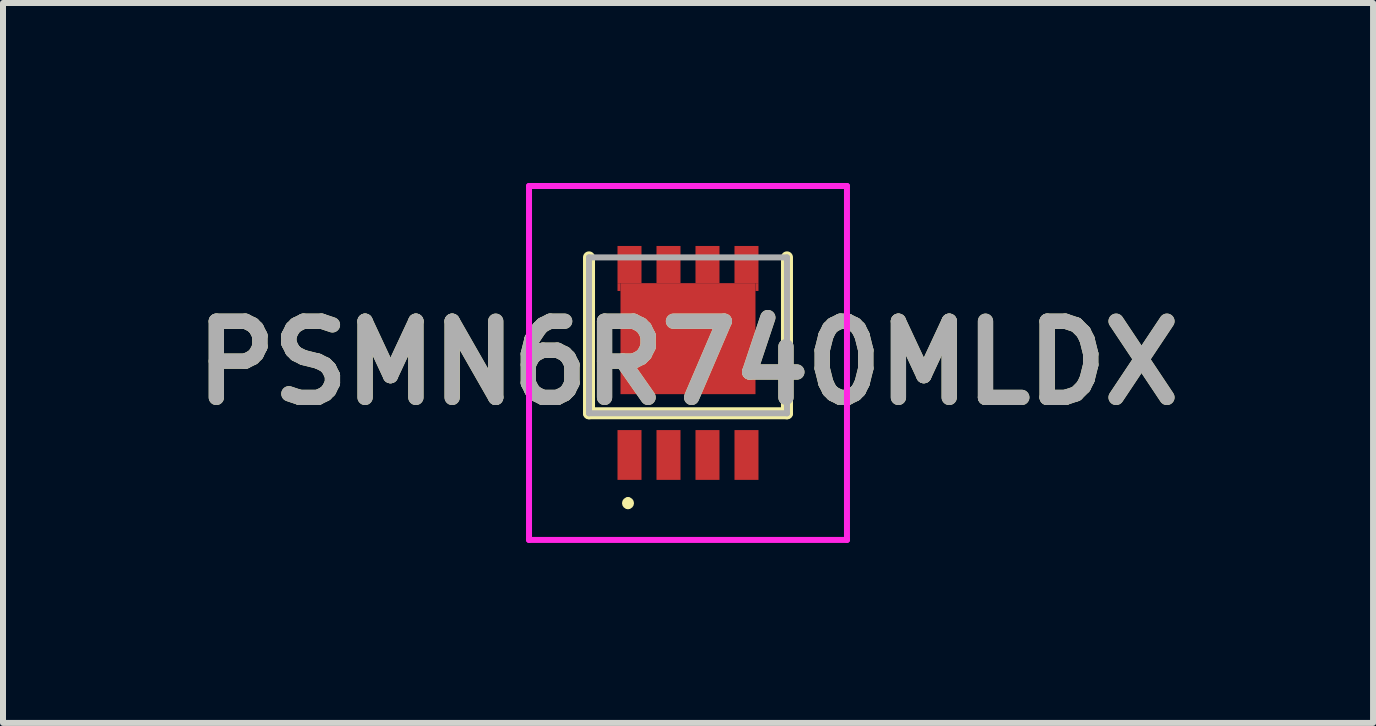
<source format=kicad_pcb>
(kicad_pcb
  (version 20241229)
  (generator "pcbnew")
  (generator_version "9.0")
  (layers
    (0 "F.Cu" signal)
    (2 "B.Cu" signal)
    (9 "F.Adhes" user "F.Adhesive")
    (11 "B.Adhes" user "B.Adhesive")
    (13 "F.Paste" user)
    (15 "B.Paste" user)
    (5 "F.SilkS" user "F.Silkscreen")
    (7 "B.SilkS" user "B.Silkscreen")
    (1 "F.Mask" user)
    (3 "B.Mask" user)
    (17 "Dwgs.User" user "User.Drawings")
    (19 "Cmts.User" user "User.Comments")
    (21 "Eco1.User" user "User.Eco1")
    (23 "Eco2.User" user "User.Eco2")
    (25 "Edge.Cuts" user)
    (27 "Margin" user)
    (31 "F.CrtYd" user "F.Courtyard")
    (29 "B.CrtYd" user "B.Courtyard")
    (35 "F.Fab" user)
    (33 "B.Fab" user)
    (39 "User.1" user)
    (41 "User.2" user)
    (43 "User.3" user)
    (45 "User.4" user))
  (footprint "PSMN6R740MLDX"
    (layer "F.Cu")
    (at 8.418 2.887)
    (property "Reference" "PSMN6R740MLDX" (at 0 0.113 0) (layer "F.SilkS") (effects (font (size 1.27 1.27) (thickness 0.254))))
    (attr smd)
    (fp_line (start -1.65 -1.647) (end -1.65 0.952) (stroke (width 0.2) (type solid)) (layer "F.SilkS"))
    (fp_line (start -1.65 0.952) (end 1.65 0.952) (stroke (width 0.2) (type solid)) (layer "F.SilkS"))
    (fp_line (start -1 2.4) (end -1 2.4) (stroke (width 0.1) (type solid)) (layer "F.SilkS"))
    (fp_line (start -1 2.5) (end -1 2.5) (stroke (width 0.1) (type solid)) (layer "F.SilkS"))
    (fp_line (start 1.65 0.952) (end 1.65 -1.647) (stroke (width 0.2) (type solid)) (layer "F.SilkS"))
    (fp_arc (start -1 2.4) (mid -0.95 2.45) (end -1 2.5) (stroke (width 0.1) (type solid)) (layer "F.SilkS"))
    (fp_arc (start -1 2.5) (mid -1.05 2.45) (end -1 2.4) (stroke (width 0.1) (type solid)) (layer "F.SilkS"))
    (fp_line (start -2.65 -2.837) (end 2.65 -2.837) (stroke (width 0.1) (type solid)) (layer "F.CrtYd"))
    (fp_line (start -2.65 3.063) (end -2.65 -2.837) (stroke (width 0.1) (type solid)) (layer "F.CrtYd"))
    (fp_line (start 2.65 -2.837) (end 2.65 3.063) (stroke (width 0.1) (type solid)) (layer "F.CrtYd"))
    (fp_line (start 2.65 3.063) (end -2.65 3.063) (stroke (width 0.1) (type solid)) (layer "F.CrtYd"))
    (fp_line (start -1.65 -1.647) (end 1.65 -1.647) (stroke (width 0.1) (type solid)) (layer "F.Fab"))
    (fp_line (start -1.65 0.952) (end -1.65 -1.647) (stroke (width 0.1) (type solid)) (layer "F.Fab"))
    (fp_line (start 1.65 -1.647) (end 1.65 0.952) (stroke (width 0.1) (type solid)) (layer "F.Fab"))
    (fp_line (start 1.65 0.952) (end -1.65 0.952) (stroke (width 0.1) (type solid)) (layer "F.Fab"))
    (fp_text user "${REFERENCE}" (at 0 0.113 0) (layer "F.Fab") (effects (font (size 1.27 1.27) (thickness 0.254))))
    (pad "1" smd rect (at -0.975 1.647) (size 0.4 0.83) (layers "F.Cu" "F.Mask" "F.Paste"))
    (pad "2" smd rect (at -0.325 1.647) (size 0.4 0.83) (layers "F.Cu" "F.Mask" "F.Paste"))
    (pad "3" smd rect (at 0.325 1.647) (size 0.4 0.83) (layers "F.Cu" "F.Mask" "F.Paste"))
    (pad "4" smd rect (at 0.975 1.647) (size 0.4 0.83) (layers "F.Cu" "F.Mask" "F.Paste"))
    (pad "5" smd rect (at 0.975 -1.527) (size 0.4 0.62) (layers "F.Cu" "F.Mask" "F.Paste"))
    (pad "6" smd rect (at 0.325 -1.527) (size 0.4 0.62) (layers "F.Cu" "F.Mask" "F.Paste"))
    (pad "7" smd rect (at -0.325 -1.527) (size 0.4 0.62) (layers "F.Cu" "F.Mask" "F.Paste"))
    (pad "8" smd rect (at -0.975 -1.527) (size 0.4 0.62) (layers "F.Cu" "F.Mask" "F.Paste"))
    (pad "9" smd rect (at 0 -0.292 90) (size 1.85 2.25) (layers "F.Cu" "F.Mask" "F.Paste"))
    (pad "10" smd rect (at 1.15 -1.152) (size 0.05 0.13) (layers "F.Cu" "F.Mask" "F.Paste"))
    (pad "11" smd rect (at -1.15 -1.152) (size 0.05 0.13) (layers "F.Cu" "F.Mask" "F.Paste")))
  (gr_rect
    (start -3 -3)
    (end 19.837 9)
    (stroke (width 0.1) (type default))
    (fill no)
    (layer "Edge.Cuts")))
</source>
